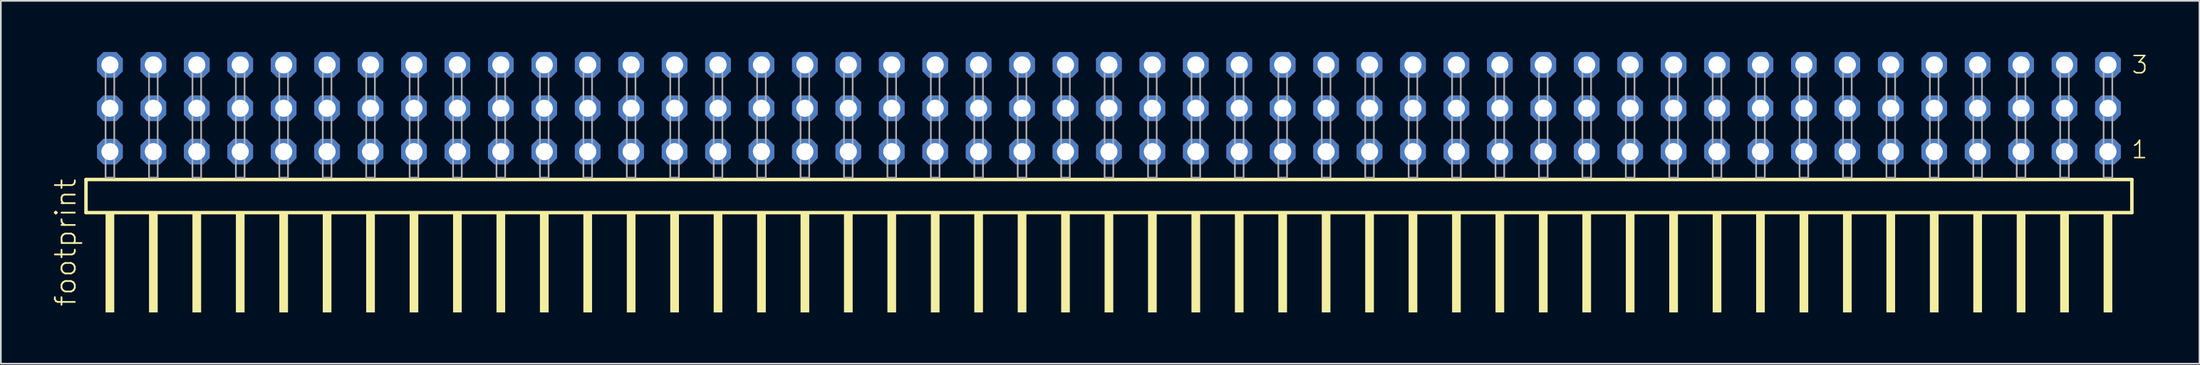
<source format=kicad_pcb>
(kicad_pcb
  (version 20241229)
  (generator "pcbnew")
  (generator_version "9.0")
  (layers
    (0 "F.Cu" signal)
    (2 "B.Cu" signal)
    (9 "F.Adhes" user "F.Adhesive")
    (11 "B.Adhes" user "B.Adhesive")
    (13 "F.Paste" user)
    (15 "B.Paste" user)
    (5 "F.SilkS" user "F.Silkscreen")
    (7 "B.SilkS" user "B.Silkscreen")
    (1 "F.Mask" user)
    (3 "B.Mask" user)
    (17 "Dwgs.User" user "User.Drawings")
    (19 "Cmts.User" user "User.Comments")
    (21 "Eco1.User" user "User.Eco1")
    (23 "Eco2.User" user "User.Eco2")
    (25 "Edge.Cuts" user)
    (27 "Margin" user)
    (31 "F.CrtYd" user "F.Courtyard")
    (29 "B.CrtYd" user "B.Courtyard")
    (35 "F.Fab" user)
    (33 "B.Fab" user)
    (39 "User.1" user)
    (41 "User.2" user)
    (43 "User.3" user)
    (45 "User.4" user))
  (footprint "footprint"
    (layer "F.Cu")
    (at 61.798 7.354)
    (property "Reference" "footprint" (at -60.325 7.62 90) (layer "F.SilkS") (effects (font (size 1.168 1.168) (thickness 0.102)) (justify left bottom)))
    (fp_line (start -59.819 0.106) (end -59.819 2.046) (stroke (width 0.203) (type solid)) (layer "F.SilkS"))
    (fp_line (start -59.819 2.046) (end 59.819 2.046) (stroke (width 0.203) (type solid)) (layer "F.SilkS"))
    (fp_line (start 59.819 0.106) (end -59.819 0.106) (stroke (width 0.203) (type solid)) (layer "F.SilkS"))
    (fp_line (start 59.819 2.046) (end 59.819 0.106) (stroke (width 0.203) (type solid)) (layer "F.SilkS"))
    (fp_poly (pts (xy -58.674 7.89) (xy -58.166 7.89) (xy -58.166 2.04) (xy -58.674 2.04)) (stroke (width 0) (type solid)) (fill yes) (layer "F.SilkS"))
    (fp_poly (pts (xy -56.134 7.89) (xy -55.626 7.89) (xy -55.626 2.04) (xy -56.134 2.04)) (stroke (width 0) (type solid)) (fill yes) (layer "F.SilkS"))
    (fp_poly (pts (xy -53.594 7.89) (xy -53.086 7.89) (xy -53.086 2.04) (xy -53.594 2.04)) (stroke (width 0) (type solid)) (fill yes) (layer "F.SilkS"))
    (fp_poly (pts (xy -51.054 7.89) (xy -50.546 7.89) (xy -50.546 2.04) (xy -51.054 2.04)) (stroke (width 0) (type solid)) (fill yes) (layer "F.SilkS"))
    (fp_poly (pts (xy -48.514 7.89) (xy -48.006 7.89) (xy -48.006 2.04) (xy -48.514 2.04)) (stroke (width 0) (type solid)) (fill yes) (layer "F.SilkS"))
    (fp_poly (pts (xy -45.974 7.89) (xy -45.466 7.89) (xy -45.466 2.04) (xy -45.974 2.04)) (stroke (width 0) (type solid)) (fill yes) (layer "F.SilkS"))
    (fp_poly (pts (xy -43.434 7.89) (xy -42.926 7.89) (xy -42.926 2.04) (xy -43.434 2.04)) (stroke (width 0) (type solid)) (fill yes) (layer "F.SilkS"))
    (fp_poly (pts (xy -40.894 7.89) (xy -40.386 7.89) (xy -40.386 2.04) (xy -40.894 2.04)) (stroke (width 0) (type solid)) (fill yes) (layer "F.SilkS"))
    (fp_poly (pts (xy -38.354 7.89) (xy -37.846 7.89) (xy -37.846 2.04) (xy -38.354 2.04)) (stroke (width 0) (type solid)) (fill yes) (layer "F.SilkS"))
    (fp_poly (pts (xy -35.814 7.89) (xy -35.306 7.89) (xy -35.306 2.04) (xy -35.814 2.04)) (stroke (width 0) (type solid)) (fill yes) (layer "F.SilkS"))
    (fp_poly (pts (xy -33.274 7.89) (xy -32.766 7.89) (xy -32.766 2.04) (xy -33.274 2.04)) (stroke (width 0) (type solid)) (fill yes) (layer "F.SilkS"))
    (fp_poly (pts (xy -30.734 7.89) (xy -30.226 7.89) (xy -30.226 2.04) (xy -30.734 2.04)) (stroke (width 0) (type solid)) (fill yes) (layer "F.SilkS"))
    (fp_poly (pts (xy -28.194 7.89) (xy -27.686 7.89) (xy -27.686 2.04) (xy -28.194 2.04)) (stroke (width 0) (type solid)) (fill yes) (layer "F.SilkS"))
    (fp_poly (pts (xy -25.654 7.89) (xy -25.146 7.89) (xy -25.146 2.04) (xy -25.654 2.04)) (stroke (width 0) (type solid)) (fill yes) (layer "F.SilkS"))
    (fp_poly (pts (xy -23.114 7.89) (xy -22.606 7.89) (xy -22.606 2.04) (xy -23.114 2.04)) (stroke (width 0) (type solid)) (fill yes) (layer "F.SilkS"))
    (fp_poly (pts (xy -20.574 7.89) (xy -20.066 7.89) (xy -20.066 2.04) (xy -20.574 2.04)) (stroke (width 0) (type solid)) (fill yes) (layer "F.SilkS"))
    (fp_poly (pts (xy -18.034 7.89) (xy -17.526 7.89) (xy -17.526 2.04) (xy -18.034 2.04)) (stroke (width 0) (type solid)) (fill yes) (layer "F.SilkS"))
    (fp_poly (pts (xy -15.494 7.89) (xy -14.986 7.89) (xy -14.986 2.04) (xy -15.494 2.04)) (stroke (width 0) (type solid)) (fill yes) (layer "F.SilkS"))
    (fp_poly (pts (xy -12.954 7.89) (xy -12.446 7.89) (xy -12.446 2.04) (xy -12.954 2.04)) (stroke (width 0) (type solid)) (fill yes) (layer "F.SilkS"))
    (fp_poly (pts (xy -10.414 7.89) (xy -9.906 7.89) (xy -9.906 2.04) (xy -10.414 2.04)) (stroke (width 0) (type solid)) (fill yes) (layer "F.SilkS"))
    (fp_poly (pts (xy -7.874 7.89) (xy -7.366 7.89) (xy -7.366 2.04) (xy -7.874 2.04)) (stroke (width 0) (type solid)) (fill yes) (layer "F.SilkS"))
    (fp_poly (pts (xy -5.334 7.89) (xy -4.826 7.89) (xy -4.826 2.04) (xy -5.334 2.04)) (stroke (width 0) (type solid)) (fill yes) (layer "F.SilkS"))
    (fp_poly (pts (xy -2.794 7.89) (xy -2.286 7.89) (xy -2.286 2.04) (xy -2.794 2.04)) (stroke (width 0) (type solid)) (fill yes) (layer "F.SilkS"))
    (fp_poly (pts (xy -0.254 7.89) (xy 0.254 7.89) (xy 0.254 2.04) (xy -0.254 2.04)) (stroke (width 0) (type solid)) (fill yes) (layer "F.SilkS"))
    (fp_poly (pts (xy 2.286 7.89) (xy 2.794 7.89) (xy 2.794 2.04) (xy 2.286 2.04)) (stroke (width 0) (type solid)) (fill yes) (layer "F.SilkS"))
    (fp_poly (pts (xy 4.826 7.89) (xy 5.334 7.89) (xy 5.334 2.04) (xy 4.826 2.04)) (stroke (width 0) (type solid)) (fill yes) (layer "F.SilkS"))
    (fp_poly (pts (xy 7.366 7.89) (xy 7.874 7.89) (xy 7.874 2.04) (xy 7.366 2.04)) (stroke (width 0) (type solid)) (fill yes) (layer "F.SilkS"))
    (fp_poly (pts (xy 9.906 7.89) (xy 10.414 7.89) (xy 10.414 2.04) (xy 9.906 2.04)) (stroke (width 0) (type solid)) (fill yes) (layer "F.SilkS"))
    (fp_poly (pts (xy 12.446 7.89) (xy 12.954 7.89) (xy 12.954 2.04) (xy 12.446 2.04)) (stroke (width 0) (type solid)) (fill yes) (layer "F.SilkS"))
    (fp_poly (pts (xy 14.986 7.89) (xy 15.494 7.89) (xy 15.494 2.04) (xy 14.986 2.04)) (stroke (width 0) (type solid)) (fill yes) (layer "F.SilkS"))
    (fp_poly (pts (xy 17.526 7.89) (xy 18.034 7.89) (xy 18.034 2.04) (xy 17.526 2.04)) (stroke (width 0) (type solid)) (fill yes) (layer "F.SilkS"))
    (fp_poly (pts (xy 20.066 7.89) (xy 20.574 7.89) (xy 20.574 2.04) (xy 20.066 2.04)) (stroke (width 0) (type solid)) (fill yes) (layer "F.SilkS"))
    (fp_poly (pts (xy 22.606 7.89) (xy 23.114 7.89) (xy 23.114 2.04) (xy 22.606 2.04)) (stroke (width 0) (type solid)) (fill yes) (layer "F.SilkS"))
    (fp_poly (pts (xy 25.146 7.89) (xy 25.654 7.89) (xy 25.654 2.04) (xy 25.146 2.04)) (stroke (width 0) (type solid)) (fill yes) (layer "F.SilkS"))
    (fp_poly (pts (xy 27.686 7.89) (xy 28.194 7.89) (xy 28.194 2.04) (xy 27.686 2.04)) (stroke (width 0) (type solid)) (fill yes) (layer "F.SilkS"))
    (fp_poly (pts (xy 30.226 7.89) (xy 30.734 7.89) (xy 30.734 2.04) (xy 30.226 2.04)) (stroke (width 0) (type solid)) (fill yes) (layer "F.SilkS"))
    (fp_poly (pts (xy 32.766 7.89) (xy 33.274 7.89) (xy 33.274 2.04) (xy 32.766 2.04)) (stroke (width 0) (type solid)) (fill yes) (layer "F.SilkS"))
    (fp_poly (pts (xy 35.306 7.89) (xy 35.814 7.89) (xy 35.814 2.04) (xy 35.306 2.04)) (stroke (width 0) (type solid)) (fill yes) (layer "F.SilkS"))
    (fp_poly (pts (xy 37.846 7.89) (xy 38.354 7.89) (xy 38.354 2.04) (xy 37.846 2.04)) (stroke (width 0) (type solid)) (fill yes) (layer "F.SilkS"))
    (fp_poly (pts (xy 40.386 7.89) (xy 40.894 7.89) (xy 40.894 2.04) (xy 40.386 2.04)) (stroke (width 0) (type solid)) (fill yes) (layer "F.SilkS"))
    (fp_poly (pts (xy 42.926 7.89) (xy 43.434 7.89) (xy 43.434 2.04) (xy 42.926 2.04)) (stroke (width 0) (type solid)) (fill yes) (layer "F.SilkS"))
    (fp_poly (pts (xy 45.466 7.89) (xy 45.974 7.89) (xy 45.974 2.04) (xy 45.466 2.04)) (stroke (width 0) (type solid)) (fill yes) (layer "F.SilkS"))
    (fp_poly (pts (xy 48.006 7.89) (xy 48.514 7.89) (xy 48.514 2.04) (xy 48.006 2.04)) (stroke (width 0) (type solid)) (fill yes) (layer "F.SilkS"))
    (fp_poly (pts (xy 50.546 7.89) (xy 51.054 7.89) (xy 51.054 2.04) (xy 50.546 2.04)) (stroke (width 0) (type solid)) (fill yes) (layer "F.SilkS"))
    (fp_poly (pts (xy 53.086 7.89) (xy 53.594 7.89) (xy 53.594 2.04) (xy 53.086 2.04)) (stroke (width 0) (type solid)) (fill yes) (layer "F.SilkS"))
    (fp_poly (pts (xy 55.626 7.89) (xy 56.134 7.89) (xy 56.134 2.04) (xy 55.626 2.04)) (stroke (width 0) (type solid)) (fill yes) (layer "F.SilkS"))
    (fp_poly (pts (xy 58.166 7.89) (xy 58.674 7.89) (xy 58.674 2.04) (xy 58.166 2.04)) (stroke (width 0) (type solid)) (fill yes) (layer "F.SilkS"))
    (fp_poly (pts (xy -58.674 0) (xy -58.166 0) (xy -58.166 -6.858) (xy -58.674 -6.858)) (stroke (width 0.1) (type solid)) (fill no) (layer "F.Fab"))
    (fp_poly (pts (xy -56.134 0) (xy -55.626 0) (xy -55.626 -6.858) (xy -56.134 -6.858)) (stroke (width 0.1) (type solid)) (fill no) (layer "F.Fab"))
    (fp_poly (pts (xy -53.594 0) (xy -53.086 0) (xy -53.086 -6.858) (xy -53.594 -6.858)) (stroke (width 0.1) (type solid)) (fill no) (layer "F.Fab"))
    (fp_poly (pts (xy -51.054 0) (xy -50.546 0) (xy -50.546 -6.858) (xy -51.054 -6.858)) (stroke (width 0.1) (type solid)) (fill no) (layer "F.Fab"))
    (fp_poly (pts (xy -48.514 0) (xy -48.006 0) (xy -48.006 -6.858) (xy -48.514 -6.858)) (stroke (width 0.1) (type solid)) (fill no) (layer "F.Fab"))
    (fp_poly (pts (xy -45.974 0) (xy -45.466 0) (xy -45.466 -6.858) (xy -45.974 -6.858)) (stroke (width 0.1) (type solid)) (fill no) (layer "F.Fab"))
    (fp_poly (pts (xy -43.434 0) (xy -42.926 0) (xy -42.926 -6.858) (xy -43.434 -6.858)) (stroke (width 0.1) (type solid)) (fill no) (layer "F.Fab"))
    (fp_poly (pts (xy -40.894 0) (xy -40.386 0) (xy -40.386 -6.858) (xy -40.894 -6.858)) (stroke (width 0.1) (type solid)) (fill no) (layer "F.Fab"))
    (fp_poly (pts (xy -38.354 0) (xy -37.846 0) (xy -37.846 -6.858) (xy -38.354 -6.858)) (stroke (width 0.1) (type solid)) (fill no) (layer "F.Fab"))
    (fp_poly (pts (xy -35.814 0) (xy -35.306 0) (xy -35.306 -6.858) (xy -35.814 -6.858)) (stroke (width 0.1) (type solid)) (fill no) (layer "F.Fab"))
    (fp_poly (pts (xy -33.274 0) (xy -32.766 0) (xy -32.766 -6.858) (xy -33.274 -6.858)) (stroke (width 0.1) (type solid)) (fill no) (layer "F.Fab"))
    (fp_poly (pts (xy -30.734 0) (xy -30.226 0) (xy -30.226 -6.858) (xy -30.734 -6.858)) (stroke (width 0.1) (type solid)) (fill no) (layer "F.Fab"))
    (fp_poly (pts (xy -28.194 0) (xy -27.686 0) (xy -27.686 -6.858) (xy -28.194 -6.858)) (stroke (width 0.1) (type solid)) (fill no) (layer "F.Fab"))
    (fp_poly (pts (xy -25.654 0) (xy -25.146 0) (xy -25.146 -6.858) (xy -25.654 -6.858)) (stroke (width 0.1) (type solid)) (fill no) (layer "F.Fab"))
    (fp_poly (pts (xy -23.114 0) (xy -22.606 0) (xy -22.606 -6.858) (xy -23.114 -6.858)) (stroke (width 0.1) (type solid)) (fill no) (layer "F.Fab"))
    (fp_poly (pts (xy -20.574 0) (xy -20.066 0) (xy -20.066 -6.858) (xy -20.574 -6.858)) (stroke (width 0.1) (type solid)) (fill no) (layer "F.Fab"))
    (fp_poly (pts (xy -18.034 0) (xy -17.526 0) (xy -17.526 -6.858) (xy -18.034 -6.858)) (stroke (width 0.1) (type solid)) (fill no) (layer "F.Fab"))
    (fp_poly (pts (xy -15.494 0) (xy -14.986 0) (xy -14.986 -6.858) (xy -15.494 -6.858)) (stroke (width 0.1) (type solid)) (fill no) (layer "F.Fab"))
    (fp_poly (pts (xy -12.954 0) (xy -12.446 0) (xy -12.446 -6.858) (xy -12.954 -6.858)) (stroke (width 0.1) (type solid)) (fill no) (layer "F.Fab"))
    (fp_poly (pts (xy -10.414 0) (xy -9.906 0) (xy -9.906 -6.858) (xy -10.414 -6.858)) (stroke (width 0.1) (type solid)) (fill no) (layer "F.Fab"))
    (fp_poly (pts (xy -7.874 0) (xy -7.366 0) (xy -7.366 -6.858) (xy -7.874 -6.858)) (stroke (width 0.1) (type solid)) (fill no) (layer "F.Fab"))
    (fp_poly (pts (xy -5.334 0) (xy -4.826 0) (xy -4.826 -6.858) (xy -5.334 -6.858)) (stroke (width 0.1) (type solid)) (fill no) (layer "F.Fab"))
    (fp_poly (pts (xy -2.794 0) (xy -2.286 0) (xy -2.286 -6.858) (xy -2.794 -6.858)) (stroke (width 0.1) (type solid)) (fill no) (layer "F.Fab"))
    (fp_poly (pts (xy -0.254 0) (xy 0.254 0) (xy 0.254 -6.858) (xy -0.254 -6.858)) (stroke (width 0.1) (type solid)) (fill no) (layer "F.Fab"))
    (fp_poly (pts (xy 2.286 0) (xy 2.794 0) (xy 2.794 -6.858) (xy 2.286 -6.858)) (stroke (width 0.1) (type solid)) (fill no) (layer "F.Fab"))
    (fp_poly (pts (xy 4.826 0) (xy 5.334 0) (xy 5.334 -6.858) (xy 4.826 -6.858)) (stroke (width 0.1) (type solid)) (fill no) (layer "F.Fab"))
    (fp_poly (pts (xy 7.366 0) (xy 7.874 0) (xy 7.874 -6.858) (xy 7.366 -6.858)) (stroke (width 0.1) (type solid)) (fill no) (layer "F.Fab"))
    (fp_poly (pts (xy 9.906 0) (xy 10.414 0) (xy 10.414 -6.858) (xy 9.906 -6.858)) (stroke (width 0.1) (type solid)) (fill no) (layer "F.Fab"))
    (fp_poly (pts (xy 12.446 0) (xy 12.954 0) (xy 12.954 -6.858) (xy 12.446 -6.858)) (stroke (width 0.1) (type solid)) (fill no) (layer "F.Fab"))
    (fp_poly (pts (xy 14.986 0) (xy 15.494 0) (xy 15.494 -6.858) (xy 14.986 -6.858)) (stroke (width 0.1) (type solid)) (fill no) (layer "F.Fab"))
    (fp_poly (pts (xy 17.526 0) (xy 18.034 0) (xy 18.034 -6.858) (xy 17.526 -6.858)) (stroke (width 0.1) (type solid)) (fill no) (layer "F.Fab"))
    (fp_poly (pts (xy 20.066 0) (xy 20.574 0) (xy 20.574 -6.858) (xy 20.066 -6.858)) (stroke (width 0.1) (type solid)) (fill no) (layer "F.Fab"))
    (fp_poly (pts (xy 22.606 0) (xy 23.114 0) (xy 23.114 -6.858) (xy 22.606 -6.858)) (stroke (width 0.1) (type solid)) (fill no) (layer "F.Fab"))
    (fp_poly (pts (xy 25.146 0) (xy 25.654 0) (xy 25.654 -6.858) (xy 25.146 -6.858)) (stroke (width 0.1) (type solid)) (fill no) (layer "F.Fab"))
    (fp_poly (pts (xy 27.686 0) (xy 28.194 0) (xy 28.194 -6.858) (xy 27.686 -6.858)) (stroke (width 0.1) (type solid)) (fill no) (layer "F.Fab"))
    (fp_poly (pts (xy 30.226 0) (xy 30.734 0) (xy 30.734 -6.858) (xy 30.226 -6.858)) (stroke (width 0.1) (type solid)) (fill no) (layer "F.Fab"))
    (fp_poly (pts (xy 32.766 0) (xy 33.274 0) (xy 33.274 -6.858) (xy 32.766 -6.858)) (stroke (width 0.1) (type solid)) (fill no) (layer "F.Fab"))
    (fp_poly (pts (xy 35.306 0) (xy 35.814 0) (xy 35.814 -6.858) (xy 35.306 -6.858)) (stroke (width 0.1) (type solid)) (fill no) (layer "F.Fab"))
    (fp_poly (pts (xy 37.846 0) (xy 38.354 0) (xy 38.354 -6.858) (xy 37.846 -6.858)) (stroke (width 0.1) (type solid)) (fill no) (layer "F.Fab"))
    (fp_poly (pts (xy 40.386 0) (xy 40.894 0) (xy 40.894 -6.858) (xy 40.386 -6.858)) (stroke (width 0.1) (type solid)) (fill no) (layer "F.Fab"))
    (fp_poly (pts (xy 42.926 0) (xy 43.434 0) (xy 43.434 -6.858) (xy 42.926 -6.858)) (stroke (width 0.1) (type solid)) (fill no) (layer "F.Fab"))
    (fp_poly (pts (xy 45.466 0) (xy 45.974 0) (xy 45.974 -6.858) (xy 45.466 -6.858)) (stroke (width 0.1) (type solid)) (fill no) (layer "F.Fab"))
    (fp_poly (pts (xy 48.006 0) (xy 48.514 0) (xy 48.514 -6.858) (xy 48.006 -6.858)) (stroke (width 0.1) (type solid)) (fill no) (layer "F.Fab"))
    (fp_poly (pts (xy 50.546 0) (xy 51.054 0) (xy 51.054 -6.858) (xy 50.546 -6.858)) (stroke (width 0.1) (type solid)) (fill no) (layer "F.Fab"))
    (fp_poly (pts (xy 53.086 0) (xy 53.594 0) (xy 53.594 -6.858) (xy 53.086 -6.858)) (stroke (width 0.1) (type solid)) (fill no) (layer "F.Fab"))
    (fp_poly (pts (xy 55.626 0) (xy 56.134 0) (xy 56.134 -6.858) (xy 55.626 -6.858)) (stroke (width 0.1) (type solid)) (fill no) (layer "F.Fab"))
    (fp_poly (pts (xy 58.166 0) (xy 58.674 0) (xy 58.674 -6.858) (xy 58.166 -6.858)) (stroke (width 0.1) (type solid)) (fill no) (layer "F.Fab"))
    (fp_text user "1" (at 59.73 -1.05 0) (layer "F.SilkS") (effects (font (size 1.012 1.012) (thickness 0.088)) (justify left bottom)))
    (fp_text user "3" (at 59.745 -6.015 0) (layer "F.SilkS") (effects (font (size 1.012 1.012) (thickness 0.088)) (justify left bottom)))
    (pad "1" thru_hole roundrect (at 58.42 -1.524 180) (size 1.5 1.5) (drill 1) (layers "*.Cu" "*.Mask") (roundrect_rratio 0.25) (chamfer_ratio 0.25) (chamfer top_left top_right bottom_left bottom_right))
    (pad "2" thru_hole roundrect (at 58.42 -4.064 180) (size 1.5 1.5) (drill 1) (layers "*.Cu" "*.Mask") (roundrect_rratio 0.25) (chamfer_ratio 0.25) (chamfer top_left top_right bottom_left bottom_right))
    (pad "3" thru_hole roundrect (at 58.42 -6.604 180) (size 1.5 1.5) (drill 1) (layers "*.Cu" "*.Mask") (roundrect_rratio 0.25) (chamfer_ratio 0.25) (chamfer top_left top_right bottom_left bottom_right))
    (pad "4" thru_hole roundrect (at 55.88 -1.524 180) (size 1.5 1.5) (drill 1) (layers "*.Cu" "*.Mask") (roundrect_rratio 0.25) (chamfer_ratio 0.25) (chamfer top_left top_right bottom_left bottom_right))
    (pad "5" thru_hole roundrect (at 55.88 -4.064 180) (size 1.5 1.5) (drill 1) (layers "*.Cu" "*.Mask") (roundrect_rratio 0.25) (chamfer_ratio 0.25) (chamfer top_left top_right bottom_left bottom_right))
    (pad "6" thru_hole roundrect (at 55.88 -6.604 180) (size 1.5 1.5) (drill 1) (layers "*.Cu" "*.Mask") (roundrect_rratio 0.25) (chamfer_ratio 0.25) (chamfer top_left top_right bottom_left bottom_right))
    (pad "7" thru_hole roundrect (at 53.34 -1.524 180) (size 1.5 1.5) (drill 1) (layers "*.Cu" "*.Mask") (roundrect_rratio 0.25) (chamfer_ratio 0.25) (chamfer top_left top_right bottom_left bottom_right))
    (pad "8" thru_hole roundrect (at 53.34 -4.064 180) (size 1.5 1.5) (drill 1) (layers "*.Cu" "*.Mask") (roundrect_rratio 0.25) (chamfer_ratio 0.25) (chamfer top_left top_right bottom_left bottom_right))
    (pad "9" thru_hole roundrect (at 53.34 -6.604 180) (size 1.5 1.5) (drill 1) (layers "*.Cu" "*.Mask") (roundrect_rratio 0.25) (chamfer_ratio 0.25) (chamfer top_left top_right bottom_left bottom_right))
    (pad "10" thru_hole roundrect (at 50.8 -1.524 180) (size 1.5 1.5) (drill 1) (layers "*.Cu" "*.Mask") (roundrect_rratio 0.25) (chamfer_ratio 0.25) (chamfer top_left top_right bottom_left bottom_right))
    (pad "11" thru_hole roundrect (at 50.8 -4.064 180) (size 1.5 1.5) (drill 1) (layers "*.Cu" "*.Mask") (roundrect_rratio 0.25) (chamfer_ratio 0.25) (chamfer top_left top_right bottom_left bottom_right))
    (pad "12" thru_hole roundrect (at 50.8 -6.604 180) (size 1.5 1.5) (drill 1) (layers "*.Cu" "*.Mask") (roundrect_rratio 0.25) (chamfer_ratio 0.25) (chamfer top_left top_right bottom_left bottom_right))
    (pad "13" thru_hole roundrect (at 48.26 -1.524 180) (size 1.5 1.5) (drill 1) (layers "*.Cu" "*.Mask") (roundrect_rratio 0.25) (chamfer_ratio 0.25) (chamfer top_left top_right bottom_left bottom_right))
    (pad "14" thru_hole roundrect (at 48.26 -4.064 180) (size 1.5 1.5) (drill 1) (layers "*.Cu" "*.Mask") (roundrect_rratio 0.25) (chamfer_ratio 0.25) (chamfer top_left top_right bottom_left bottom_right))
    (pad "15" thru_hole roundrect (at 48.26 -6.604 180) (size 1.5 1.5) (drill 1) (layers "*.Cu" "*.Mask") (roundrect_rratio 0.25) (chamfer_ratio 0.25) (chamfer top_left top_right bottom_left bottom_right))
    (pad "16" thru_hole roundrect (at 45.72 -1.524 180) (size 1.5 1.5) (drill 1) (layers "*.Cu" "*.Mask") (roundrect_rratio 0.25) (chamfer_ratio 0.25) (chamfer top_left top_right bottom_left bottom_right))
    (pad "17" thru_hole roundrect (at 45.72 -4.064 180) (size 1.5 1.5) (drill 1) (layers "*.Cu" "*.Mask") (roundrect_rratio 0.25) (chamfer_ratio 0.25) (chamfer top_left top_right bottom_left bottom_right))
    (pad "18" thru_hole roundrect (at 45.72 -6.604 180) (size 1.5 1.5) (drill 1) (layers "*.Cu" "*.Mask") (roundrect_rratio 0.25) (chamfer_ratio 0.25) (chamfer top_left top_right bottom_left bottom_right))
    (pad "19" thru_hole roundrect (at 43.18 -1.524 180) (size 1.5 1.5) (drill 1) (layers "*.Cu" "*.Mask") (roundrect_rratio 0.25) (chamfer_ratio 0.25) (chamfer top_left top_right bottom_left bottom_right))
    (pad "20" thru_hole roundrect (at 43.18 -4.064 180) (size 1.5 1.5) (drill 1) (layers "*.Cu" "*.Mask") (roundrect_rratio 0.25) (chamfer_ratio 0.25) (chamfer top_left top_right bottom_left bottom_right))
    (pad "21" thru_hole roundrect (at 43.18 -6.604 180) (size 1.5 1.5) (drill 1) (layers "*.Cu" "*.Mask") (roundrect_rratio 0.25) (chamfer_ratio 0.25) (chamfer top_left top_right bottom_left bottom_right))
    (pad "22" thru_hole roundrect (at 40.64 -1.524 180) (size 1.5 1.5) (drill 1) (layers "*.Cu" "*.Mask") (roundrect_rratio 0.25) (chamfer_ratio 0.25) (chamfer top_left top_right bottom_left bottom_right))
    (pad "23" thru_hole roundrect (at 40.64 -4.064 180) (size 1.5 1.5) (drill 1) (layers "*.Cu" "*.Mask") (roundrect_rratio 0.25) (chamfer_ratio 0.25) (chamfer top_left top_right bottom_left bottom_right))
    (pad "24" thru_hole roundrect (at 40.64 -6.604 180) (size 1.5 1.5) (drill 1) (layers "*.Cu" "*.Mask") (roundrect_rratio 0.25) (chamfer_ratio 0.25) (chamfer top_left top_right bottom_left bottom_right))
    (pad "25" thru_hole roundrect (at 38.1 -1.524 180) (size 1.5 1.5) (drill 1) (layers "*.Cu" "*.Mask") (roundrect_rratio 0.25) (chamfer_ratio 0.25) (chamfer top_left top_right bottom_left bottom_right))
    (pad "26" thru_hole roundrect (at 38.1 -4.064 180) (size 1.5 1.5) (drill 1) (layers "*.Cu" "*.Mask") (roundrect_rratio 0.25) (chamfer_ratio 0.25) (chamfer top_left top_right bottom_left bottom_right))
    (pad "27" thru_hole roundrect (at 38.1 -6.604 180) (size 1.5 1.5) (drill 1) (layers "*.Cu" "*.Mask") (roundrect_rratio 0.25) (chamfer_ratio 0.25) (chamfer top_left top_right bottom_left bottom_right))
    (pad "28" thru_hole roundrect (at 35.56 -1.524 180) (size 1.5 1.5) (drill 1) (layers "*.Cu" "*.Mask") (roundrect_rratio 0.25) (chamfer_ratio 0.25) (chamfer top_left top_right bottom_left bottom_right))
    (pad "29" thru_hole roundrect (at 35.56 -4.064 180) (size 1.5 1.5) (drill 1) (layers "*.Cu" "*.Mask") (roundrect_rratio 0.25) (chamfer_ratio 0.25) (chamfer top_left top_right bottom_left bottom_right))
    (pad "30" thru_hole roundrect (at 35.56 -6.604 180) (size 1.5 1.5) (drill 1) (layers "*.Cu" "*.Mask") (roundrect_rratio 0.25) (chamfer_ratio 0.25) (chamfer top_left top_right bottom_left bottom_right))
    (pad "31" thru_hole roundrect (at 33.02 -1.524 180) (size 1.5 1.5) (drill 1) (layers "*.Cu" "*.Mask") (roundrect_rratio 0.25) (chamfer_ratio 0.25) (chamfer top_left top_right bottom_left bottom_right))
    (pad "32" thru_hole roundrect (at 33.02 -4.064 180) (size 1.5 1.5) (drill 1) (layers "*.Cu" "*.Mask") (roundrect_rratio 0.25) (chamfer_ratio 0.25) (chamfer top_left top_right bottom_left bottom_right))
    (pad "33" thru_hole roundrect (at 33.02 -6.604 180) (size 1.5 1.5) (drill 1) (layers "*.Cu" "*.Mask") (roundrect_rratio 0.25) (chamfer_ratio 0.25) (chamfer top_left top_right bottom_left bottom_right))
    (pad "34" thru_hole roundrect (at 30.48 -1.524 180) (size 1.5 1.5) (drill 1) (layers "*.Cu" "*.Mask") (roundrect_rratio 0.25) (chamfer_ratio 0.25) (chamfer top_left top_right bottom_left bottom_right))
    (pad "35" thru_hole roundrect (at 30.48 -4.064 180) (size 1.5 1.5) (drill 1) (layers "*.Cu" "*.Mask") (roundrect_rratio 0.25) (chamfer_ratio 0.25) (chamfer top_left top_right bottom_left bottom_right))
    (pad "36" thru_hole roundrect (at 30.48 -6.604 180) (size 1.5 1.5) (drill 1) (layers "*.Cu" "*.Mask") (roundrect_rratio 0.25) (chamfer_ratio 0.25) (chamfer top_left top_right bottom_left bottom_right))
    (pad "37" thru_hole roundrect (at 27.94 -1.524 180) (size 1.5 1.5) (drill 1) (layers "*.Cu" "*.Mask") (roundrect_rratio 0.25) (chamfer_ratio 0.25) (chamfer top_left top_right bottom_left bottom_right))
    (pad "38" thru_hole roundrect (at 27.94 -4.064 180) (size 1.5 1.5) (drill 1) (layers "*.Cu" "*.Mask") (roundrect_rratio 0.25) (chamfer_ratio 0.25) (chamfer top_left top_right bottom_left bottom_right))
    (pad "39" thru_hole roundrect (at 27.94 -6.604 180) (size 1.5 1.5) (drill 1) (layers "*.Cu" "*.Mask") (roundrect_rratio 0.25) (chamfer_ratio 0.25) (chamfer top_left top_right bottom_left bottom_right))
    (pad "40" thru_hole roundrect (at 25.4 -1.524 180) (size 1.5 1.5) (drill 1) (layers "*.Cu" "*.Mask") (roundrect_rratio 0.25) (chamfer_ratio 0.25) (chamfer top_left top_right bottom_left bottom_right))
    (pad "41" thru_hole roundrect (at 25.4 -4.064 180) (size 1.5 1.5) (drill 1) (layers "*.Cu" "*.Mask") (roundrect_rratio 0.25) (chamfer_ratio 0.25) (chamfer top_left top_right bottom_left bottom_right))
    (pad "42" thru_hole roundrect (at 25.4 -6.604 180) (size 1.5 1.5) (drill 1) (layers "*.Cu" "*.Mask") (roundrect_rratio 0.25) (chamfer_ratio 0.25) (chamfer top_left top_right bottom_left bottom_right))
    (pad "43" thru_hole roundrect (at 22.86 -1.524 180) (size 1.5 1.5) (drill 1) (layers "*.Cu" "*.Mask") (roundrect_rratio 0.25) (chamfer_ratio 0.25) (chamfer top_left top_right bottom_left bottom_right))
    (pad "44" thru_hole roundrect (at 22.86 -4.064 180) (size 1.5 1.5) (drill 1) (layers "*.Cu" "*.Mask") (roundrect_rratio 0.25) (chamfer_ratio 0.25) (chamfer top_left top_right bottom_left bottom_right))
    (pad "45" thru_hole roundrect (at 22.86 -6.604 180) (size 1.5 1.5) (drill 1) (layers "*.Cu" "*.Mask") (roundrect_rratio 0.25) (chamfer_ratio 0.25) (chamfer top_left top_right bottom_left bottom_right))
    (pad "46" thru_hole roundrect (at 20.32 -1.524 180) (size 1.5 1.5) (drill 1) (layers "*.Cu" "*.Mask") (roundrect_rratio 0.25) (chamfer_ratio 0.25) (chamfer top_left top_right bottom_left bottom_right))
    (pad "47" thru_hole roundrect (at 20.32 -4.064 180) (size 1.5 1.5) (drill 1) (layers "*.Cu" "*.Mask") (roundrect_rratio 0.25) (chamfer_ratio 0.25) (chamfer top_left top_right bottom_left bottom_right))
    (pad "48" thru_hole roundrect (at 20.32 -6.604 180) (size 1.5 1.5) (drill 1) (layers "*.Cu" "*.Mask") (roundrect_rratio 0.25) (chamfer_ratio 0.25) (chamfer top_left top_right bottom_left bottom_right))
    (pad "49" thru_hole roundrect (at 17.78 -1.524 180) (size 1.5 1.5) (drill 1) (layers "*.Cu" "*.Mask") (roundrect_rratio 0.25) (chamfer_ratio 0.25) (chamfer top_left top_right bottom_left bottom_right))
    (pad "50" thru_hole roundrect (at 17.78 -4.064 180) (size 1.5 1.5) (drill 1) (layers "*.Cu" "*.Mask") (roundrect_rratio 0.25) (chamfer_ratio 0.25) (chamfer top_left top_right bottom_left bottom_right))
    (pad "51" thru_hole roundrect (at 17.78 -6.604 180) (size 1.5 1.5) (drill 1) (layers "*.Cu" "*.Mask") (roundrect_rratio 0.25) (chamfer_ratio 0.25) (chamfer top_left top_right bottom_left bottom_right))
    (pad "52" thru_hole roundrect (at 15.24 -1.524 180) (size 1.5 1.5) (drill 1) (layers "*.Cu" "*.Mask") (roundrect_rratio 0.25) (chamfer_ratio 0.25) (chamfer top_left top_right bottom_left bottom_right))
    (pad "53" thru_hole roundrect (at 15.24 -4.064 180) (size 1.5 1.5) (drill 1) (layers "*.Cu" "*.Mask") (roundrect_rratio 0.25) (chamfer_ratio 0.25) (chamfer top_left top_right bottom_left bottom_right))
    (pad "54" thru_hole roundrect (at 15.24 -6.604 180) (size 1.5 1.5) (drill 1) (layers "*.Cu" "*.Mask") (roundrect_rratio 0.25) (chamfer_ratio 0.25) (chamfer top_left top_right bottom_left bottom_right))
    (pad "55" thru_hole roundrect (at 12.7 -1.524 180) (size 1.5 1.5) (drill 1) (layers "*.Cu" "*.Mask") (roundrect_rratio 0.25) (chamfer_ratio 0.25) (chamfer top_left top_right bottom_left bottom_right))
    (pad "56" thru_hole roundrect (at 12.7 -4.064 180) (size 1.5 1.5) (drill 1) (layers "*.Cu" "*.Mask") (roundrect_rratio 0.25) (chamfer_ratio 0.25) (chamfer top_left top_right bottom_left bottom_right))
    (pad "57" thru_hole roundrect (at 12.7 -6.604 180) (size 1.5 1.5) (drill 1) (layers "*.Cu" "*.Mask") (roundrect_rratio 0.25) (chamfer_ratio 0.25) (chamfer top_left top_right bottom_left bottom_right))
    (pad "58" thru_hole roundrect (at 10.16 -1.524 180) (size 1.5 1.5) (drill 1) (layers "*.Cu" "*.Mask") (roundrect_rratio 0.25) (chamfer_ratio 0.25) (chamfer top_left top_right bottom_left bottom_right))
    (pad "59" thru_hole roundrect (at 10.16 -4.064 180) (size 1.5 1.5) (drill 1) (layers "*.Cu" "*.Mask") (roundrect_rratio 0.25) (chamfer_ratio 0.25) (chamfer top_left top_right bottom_left bottom_right))
    (pad "60" thru_hole roundrect (at 10.16 -6.604 180) (size 1.5 1.5) (drill 1) (layers "*.Cu" "*.Mask") (roundrect_rratio 0.25) (chamfer_ratio 0.25) (chamfer top_left top_right bottom_left bottom_right))
    (pad "61" thru_hole roundrect (at 7.62 -1.524 180) (size 1.5 1.5) (drill 1) (layers "*.Cu" "*.Mask") (roundrect_rratio 0.25) (chamfer_ratio 0.25) (chamfer top_left top_right bottom_left bottom_right))
    (pad "62" thru_hole roundrect (at 7.62 -4.064 180) (size 1.5 1.5) (drill 1) (layers "*.Cu" "*.Mask") (roundrect_rratio 0.25) (chamfer_ratio 0.25) (chamfer top_left top_right bottom_left bottom_right))
    (pad "63" thru_hole roundrect (at 7.62 -6.604 180) (size 1.5 1.5) (drill 1) (layers "*.Cu" "*.Mask") (roundrect_rratio 0.25) (chamfer_ratio 0.25) (chamfer top_left top_right bottom_left bottom_right))
    (pad "64" thru_hole roundrect (at 5.08 -1.524 180) (size 1.5 1.5) (drill 1) (layers "*.Cu" "*.Mask") (roundrect_rratio 0.25) (chamfer_ratio 0.25) (chamfer top_left top_right bottom_left bottom_right))
    (pad "65" thru_hole roundrect (at 5.08 -4.064 180) (size 1.5 1.5) (drill 1) (layers "*.Cu" "*.Mask") (roundrect_rratio 0.25) (chamfer_ratio 0.25) (chamfer top_left top_right bottom_left bottom_right))
    (pad "66" thru_hole roundrect (at 5.08 -6.604 180) (size 1.5 1.5) (drill 1) (layers "*.Cu" "*.Mask") (roundrect_rratio 0.25) (chamfer_ratio 0.25) (chamfer top_left top_right bottom_left bottom_right))
    (pad "67" thru_hole roundrect (at 2.54 -1.524 180) (size 1.5 1.5) (drill 1) (layers "*.Cu" "*.Mask") (roundrect_rratio 0.25) (chamfer_ratio 0.25) (chamfer top_left top_right bottom_left bottom_right))
    (pad "68" thru_hole roundrect (at 2.54 -4.064 180) (size 1.5 1.5) (drill 1) (layers "*.Cu" "*.Mask") (roundrect_rratio 0.25) (chamfer_ratio 0.25) (chamfer top_left top_right bottom_left bottom_right))
    (pad "69" thru_hole roundrect (at 2.54 -6.604 180) (size 1.5 1.5) (drill 1) (layers "*.Cu" "*.Mask") (roundrect_rratio 0.25) (chamfer_ratio 0.25) (chamfer top_left top_right bottom_left bottom_right))
    (pad "70" thru_hole roundrect (at 0 -1.524 180) (size 1.5 1.5) (drill 1) (layers "*.Cu" "*.Mask") (roundrect_rratio 0.25) (chamfer_ratio 0.25) (chamfer top_left top_right bottom_left bottom_right))
    (pad "71" thru_hole roundrect (at 0 -4.064 180) (size 1.5 1.5) (drill 1) (layers "*.Cu" "*.Mask") (roundrect_rratio 0.25) (chamfer_ratio 0.25) (chamfer top_left top_right bottom_left bottom_right))
    (pad "72" thru_hole roundrect (at 0 -6.604 180) (size 1.5 1.5) (drill 1) (layers "*.Cu" "*.Mask") (roundrect_rratio 0.25) (chamfer_ratio 0.25) (chamfer top_left top_right bottom_left bottom_right))
    (pad "73" thru_hole roundrect (at -2.54 -1.524 180) (size 1.5 1.5) (drill 1) (layers "*.Cu" "*.Mask") (roundrect_rratio 0.25) (chamfer_ratio 0.25) (chamfer top_left top_right bottom_left bottom_right))
    (pad "74" thru_hole roundrect (at -2.54 -4.064 180) (size 1.5 1.5) (drill 1) (layers "*.Cu" "*.Mask") (roundrect_rratio 0.25) (chamfer_ratio 0.25) (chamfer top_left top_right bottom_left bottom_right))
    (pad "75" thru_hole roundrect (at -2.54 -6.604 180) (size 1.5 1.5) (drill 1) (layers "*.Cu" "*.Mask") (roundrect_rratio 0.25) (chamfer_ratio 0.25) (chamfer top_left top_right bottom_left bottom_right))
    (pad "76" thru_hole roundrect (at -5.08 -1.524 180) (size 1.5 1.5) (drill 1) (layers "*.Cu" "*.Mask") (roundrect_rratio 0.25) (chamfer_ratio 0.25) (chamfer top_left top_right bottom_left bottom_right))
    (pad "77" thru_hole roundrect (at -5.08 -4.064 180) (size 1.5 1.5) (drill 1) (layers "*.Cu" "*.Mask") (roundrect_rratio 0.25) (chamfer_ratio 0.25) (chamfer top_left top_right bottom_left bottom_right))
    (pad "78" thru_hole roundrect (at -5.08 -6.604 180) (size 1.5 1.5) (drill 1) (layers "*.Cu" "*.Mask") (roundrect_rratio 0.25) (chamfer_ratio 0.25) (chamfer top_left top_right bottom_left bottom_right))
    (pad "79" thru_hole roundrect (at -7.62 -1.524 180) (size 1.5 1.5) (drill 1) (layers "*.Cu" "*.Mask") (roundrect_rratio 0.25) (chamfer_ratio 0.25) (chamfer top_left top_right bottom_left bottom_right))
    (pad "80" thru_hole roundrect (at -7.62 -4.064 180) (size 1.5 1.5) (drill 1) (layers "*.Cu" "*.Mask") (roundrect_rratio 0.25) (chamfer_ratio 0.25) (chamfer top_left top_right bottom_left bottom_right))
    (pad "81" thru_hole roundrect (at -7.62 -6.604 180) (size 1.5 1.5) (drill 1) (layers "*.Cu" "*.Mask") (roundrect_rratio 0.25) (chamfer_ratio 0.25) (chamfer top_left top_right bottom_left bottom_right))
    (pad "82" thru_hole roundrect (at -10.16 -1.524 180) (size 1.5 1.5) (drill 1) (layers "*.Cu" "*.Mask") (roundrect_rratio 0.25) (chamfer_ratio 0.25) (chamfer top_left top_right bottom_left bottom_right))
    (pad "83" thru_hole roundrect (at -10.16 -4.064 180) (size 1.5 1.5) (drill 1) (layers "*.Cu" "*.Mask") (roundrect_rratio 0.25) (chamfer_ratio 0.25) (chamfer top_left top_right bottom_left bottom_right))
    (pad "84" thru_hole roundrect (at -10.16 -6.604 180) (size 1.5 1.5) (drill 1) (layers "*.Cu" "*.Mask") (roundrect_rratio 0.25) (chamfer_ratio 0.25) (chamfer top_left top_right bottom_left bottom_right))
    (pad "85" thru_hole roundrect (at -12.7 -1.524 180) (size 1.5 1.5) (drill 1) (layers "*.Cu" "*.Mask") (roundrect_rratio 0.25) (chamfer_ratio 0.25) (chamfer top_left top_right bottom_left bottom_right))
    (pad "86" thru_hole roundrect (at -12.7 -4.064 180) (size 1.5 1.5) (drill 1) (layers "*.Cu" "*.Mask") (roundrect_rratio 0.25) (chamfer_ratio 0.25) (chamfer top_left top_right bottom_left bottom_right))
    (pad "87" thru_hole roundrect (at -12.7 -6.604 180) (size 1.5 1.5) (drill 1) (layers "*.Cu" "*.Mask") (roundrect_rratio 0.25) (chamfer_ratio 0.25) (chamfer top_left top_right bottom_left bottom_right))
    (pad "88" thru_hole roundrect (at -15.24 -1.524 180) (size 1.5 1.5) (drill 1) (layers "*.Cu" "*.Mask") (roundrect_rratio 0.25) (chamfer_ratio 0.25) (chamfer top_left top_right bottom_left bottom_right))
    (pad "89" thru_hole roundrect (at -15.24 -4.064 180) (size 1.5 1.5) (drill 1) (layers "*.Cu" "*.Mask") (roundrect_rratio 0.25) (chamfer_ratio 0.25) (chamfer top_left top_right bottom_left bottom_right))
    (pad "90" thru_hole roundrect (at -15.24 -6.604 180) (size 1.5 1.5) (drill 1) (layers "*.Cu" "*.Mask") (roundrect_rratio 0.25) (chamfer_ratio 0.25) (chamfer top_left top_right bottom_left bottom_right))
    (pad "91" thru_hole roundrect (at -17.78 -1.524 180) (size 1.5 1.5) (drill 1) (layers "*.Cu" "*.Mask") (roundrect_rratio 0.25) (chamfer_ratio 0.25) (chamfer top_left top_right bottom_left bottom_right))
    (pad "92" thru_hole roundrect (at -17.78 -4.064 180) (size 1.5 1.5) (drill 1) (layers "*.Cu" "*.Mask") (roundrect_rratio 0.25) (chamfer_ratio 0.25) (chamfer top_left top_right bottom_left bottom_right))
    (pad "93" thru_hole roundrect (at -17.78 -6.604 180) (size 1.5 1.5) (drill 1) (layers "*.Cu" "*.Mask") (roundrect_rratio 0.25) (chamfer_ratio 0.25) (chamfer top_left top_right bottom_left bottom_right))
    (pad "94" thru_hole roundrect (at -20.32 -1.524 180) (size 1.5 1.5) (drill 1) (layers "*.Cu" "*.Mask") (roundrect_rratio 0.25) (chamfer_ratio 0.25) (chamfer top_left top_right bottom_left bottom_right))
    (pad "95" thru_hole roundrect (at -20.32 -4.064 180) (size 1.5 1.5) (drill 1) (layers "*.Cu" "*.Mask") (roundrect_rratio 0.25) (chamfer_ratio 0.25) (chamfer top_left top_right bottom_left bottom_right))
    (pad "96" thru_hole roundrect (at -20.32 -6.604 180) (size 1.5 1.5) (drill 1) (layers "*.Cu" "*.Mask") (roundrect_rratio 0.25) (chamfer_ratio 0.25) (chamfer top_left top_right bottom_left bottom_right))
    (pad "97" thru_hole roundrect (at -22.86 -1.524 180) (size 1.5 1.5) (drill 1) (layers "*.Cu" "*.Mask") (roundrect_rratio 0.25) (chamfer_ratio 0.25) (chamfer top_left top_right bottom_left bottom_right))
    (pad "98" thru_hole roundrect (at -22.86 -4.064 180) (size 1.5 1.5) (drill 1) (layers "*.Cu" "*.Mask") (roundrect_rratio 0.25) (chamfer_ratio 0.25) (chamfer top_left top_right bottom_left bottom_right))
    (pad "99" thru_hole roundrect (at -22.86 -6.604 180) (size 1.5 1.5) (drill 1) (layers "*.Cu" "*.Mask") (roundrect_rratio 0.25) (chamfer_ratio 0.25) (chamfer top_left top_right bottom_left bottom_right))
    (pad "100" thru_hole roundrect (at -25.4 -1.524 180) (size 1.5 1.5) (drill 1) (layers "*.Cu" "*.Mask") (roundrect_rratio 0.25) (chamfer_ratio 0.25) (chamfer top_left top_right bottom_left bottom_right))
    (pad "101" thru_hole roundrect (at -25.4 -4.064 180) (size 1.5 1.5) (drill 1) (layers "*.Cu" "*.Mask") (roundrect_rratio 0.25) (chamfer_ratio 0.25) (chamfer top_left top_right bottom_left bottom_right))
    (pad "102" thru_hole roundrect (at -25.4 -6.604 180) (size 1.5 1.5) (drill 1) (layers "*.Cu" "*.Mask") (roundrect_rratio 0.25) (chamfer_ratio 0.25) (chamfer top_left top_right bottom_left bottom_right))
    (pad "103" thru_hole roundrect (at -27.94 -1.524 180) (size 1.5 1.5) (drill 1) (layers "*.Cu" "*.Mask") (roundrect_rratio 0.25) (chamfer_ratio 0.25) (chamfer top_left top_right bottom_left bottom_right))
    (pad "104" thru_hole roundrect (at -27.94 -4.064 180) (size 1.5 1.5) (drill 1) (layers "*.Cu" "*.Mask") (roundrect_rratio 0.25) (chamfer_ratio 0.25) (chamfer top_left top_right bottom_left bottom_right))
    (pad "105" thru_hole roundrect (at -27.94 -6.604 180) (size 1.5 1.5) (drill 1) (layers "*.Cu" "*.Mask") (roundrect_rratio 0.25) (chamfer_ratio 0.25) (chamfer top_left top_right bottom_left bottom_right))
    (pad "106" thru_hole roundrect (at -30.48 -1.524 180) (size 1.5 1.5) (drill 1) (layers "*.Cu" "*.Mask") (roundrect_rratio 0.25) (chamfer_ratio 0.25) (chamfer top_left top_right bottom_left bottom_right))
    (pad "107" thru_hole roundrect (at -30.48 -4.064 180) (size 1.5 1.5) (drill 1) (layers "*.Cu" "*.Mask") (roundrect_rratio 0.25) (chamfer_ratio 0.25) (chamfer top_left top_right bottom_left bottom_right))
    (pad "108" thru_hole roundrect (at -30.48 -6.604 180) (size 1.5 1.5) (drill 1) (layers "*.Cu" "*.Mask") (roundrect_rratio 0.25) (chamfer_ratio 0.25) (chamfer top_left top_right bottom_left bottom_right))
    (pad "109" thru_hole roundrect (at -33.02 -1.524 180) (size 1.5 1.5) (drill 1) (layers "*.Cu" "*.Mask") (roundrect_rratio 0.25) (chamfer_ratio 0.25) (chamfer top_left top_right bottom_left bottom_right))
    (pad "110" thru_hole roundrect (at -33.02 -4.064 180) (size 1.5 1.5) (drill 1) (layers "*.Cu" "*.Mask") (roundrect_rratio 0.25) (chamfer_ratio 0.25) (chamfer top_left top_right bottom_left bottom_right))
    (pad "111" thru_hole roundrect (at -33.02 -6.604 180) (size 1.5 1.5) (drill 1) (layers "*.Cu" "*.Mask") (roundrect_rratio 0.25) (chamfer_ratio 0.25) (chamfer top_left top_right bottom_left bottom_right))
    (pad "112" thru_hole roundrect (at -35.56 -1.524 180) (size 1.5 1.5) (drill 1) (layers "*.Cu" "*.Mask") (roundrect_rratio 0.25) (chamfer_ratio 0.25) (chamfer top_left top_right bottom_left bottom_right))
    (pad "113" thru_hole roundrect (at -35.56 -4.064 180) (size 1.5 1.5) (drill 1) (layers "*.Cu" "*.Mask") (roundrect_rratio 0.25) (chamfer_ratio 0.25) (chamfer top_left top_right bottom_left bottom_right))
    (pad "114" thru_hole roundrect (at -35.56 -6.604 180) (size 1.5 1.5) (drill 1) (layers "*.Cu" "*.Mask") (roundrect_rratio 0.25) (chamfer_ratio 0.25) (chamfer top_left top_right bottom_left bottom_right))
    (pad "115" thru_hole roundrect (at -38.1 -1.524 180) (size 1.5 1.5) (drill 1) (layers "*.Cu" "*.Mask") (roundrect_rratio 0.25) (chamfer_ratio 0.25) (chamfer top_left top_right bottom_left bottom_right))
    (pad "116" thru_hole roundrect (at -38.1 -4.064 180) (size 1.5 1.5) (drill 1) (layers "*.Cu" "*.Mask") (roundrect_rratio 0.25) (chamfer_ratio 0.25) (chamfer top_left top_right bottom_left bottom_right))
    (pad "117" thru_hole roundrect (at -38.1 -6.604 180) (size 1.5 1.5) (drill 1) (layers "*.Cu" "*.Mask") (roundrect_rratio 0.25) (chamfer_ratio 0.25) (chamfer top_left top_right bottom_left bottom_right))
    (pad "118" thru_hole roundrect (at -40.64 -1.524 180) (size 1.5 1.5) (drill 1) (layers "*.Cu" "*.Mask") (roundrect_rratio 0.25) (chamfer_ratio 0.25) (chamfer top_left top_right bottom_left bottom_right))
    (pad "119" thru_hole roundrect (at -40.64 -4.064 180) (size 1.5 1.5) (drill 1) (layers "*.Cu" "*.Mask") (roundrect_rratio 0.25) (chamfer_ratio 0.25) (chamfer top_left top_right bottom_left bottom_right))
    (pad "120" thru_hole roundrect (at -40.64 -6.604 180) (size 1.5 1.5) (drill 1) (layers "*.Cu" "*.Mask") (roundrect_rratio 0.25) (chamfer_ratio 0.25) (chamfer top_left top_right bottom_left bottom_right))
    (pad "121" thru_hole roundrect (at -43.18 -1.524 180) (size 1.5 1.5) (drill 1) (layers "*.Cu" "*.Mask") (roundrect_rratio 0.25) (chamfer_ratio 0.25) (chamfer top_left top_right bottom_left bottom_right))
    (pad "122" thru_hole roundrect (at -43.18 -4.064 180) (size 1.5 1.5) (drill 1) (layers "*.Cu" "*.Mask") (roundrect_rratio 0.25) (chamfer_ratio 0.25) (chamfer top_left top_right bottom_left bottom_right))
    (pad "123" thru_hole roundrect (at -43.18 -6.604 180) (size 1.5 1.5) (drill 1) (layers "*.Cu" "*.Mask") (roundrect_rratio 0.25) (chamfer_ratio 0.25) (chamfer top_left top_right bottom_left bottom_right))
    (pad "124" thru_hole roundrect (at -45.72 -1.524 180) (size 1.5 1.5) (drill 1) (layers "*.Cu" "*.Mask") (roundrect_rratio 0.25) (chamfer_ratio 0.25) (chamfer top_left top_right bottom_left bottom_right))
    (pad "125" thru_hole roundrect (at -45.72 -4.064 180) (size 1.5 1.5) (drill 1) (layers "*.Cu" "*.Mask") (roundrect_rratio 0.25) (chamfer_ratio 0.25) (chamfer top_left top_right bottom_left bottom_right))
    (pad "126" thru_hole roundrect (at -45.72 -6.604 180) (size 1.5 1.5) (drill 1) (layers "*.Cu" "*.Mask") (roundrect_rratio 0.25) (chamfer_ratio 0.25) (chamfer top_left top_right bottom_left bottom_right))
    (pad "127" thru_hole roundrect (at -48.26 -1.524 180) (size 1.5 1.5) (drill 1) (layers "*.Cu" "*.Mask") (roundrect_rratio 0.25) (chamfer_ratio 0.25) (chamfer top_left top_right bottom_left bottom_right))
    (pad "128" thru_hole roundrect (at -48.26 -4.064 180) (size 1.5 1.5) (drill 1) (layers "*.Cu" "*.Mask") (roundrect_rratio 0.25) (chamfer_ratio 0.25) (chamfer top_left top_right bottom_left bottom_right))
    (pad "129" thru_hole roundrect (at -48.26 -6.604 180) (size 1.5 1.5) (drill 1) (layers "*.Cu" "*.Mask") (roundrect_rratio 0.25) (chamfer_ratio 0.25) (chamfer top_left top_right bottom_left bottom_right))
    (pad "130" thru_hole roundrect (at -50.8 -1.524 180) (size 1.5 1.5) (drill 1) (layers "*.Cu" "*.Mask") (roundrect_rratio 0.25) (chamfer_ratio 0.25) (chamfer top_left top_right bottom_left bottom_right))
    (pad "131" thru_hole roundrect (at -50.8 -4.064 180) (size 1.5 1.5) (drill 1) (layers "*.Cu" "*.Mask") (roundrect_rratio 0.25) (chamfer_ratio 0.25) (chamfer top_left top_right bottom_left bottom_right))
    (pad "132" thru_hole roundrect (at -50.8 -6.604 180) (size 1.5 1.5) (drill 1) (layers "*.Cu" "*.Mask") (roundrect_rratio 0.25) (chamfer_ratio 0.25) (chamfer top_left top_right bottom_left bottom_right))
    (pad "133" thru_hole roundrect (at -53.34 -1.524 180) (size 1.5 1.5) (drill 1) (layers "*.Cu" "*.Mask") (roundrect_rratio 0.25) (chamfer_ratio 0.25) (chamfer top_left top_right bottom_left bottom_right))
    (pad "134" thru_hole roundrect (at -53.34 -4.064 180) (size 1.5 1.5) (drill 1) (layers "*.Cu" "*.Mask") (roundrect_rratio 0.25) (chamfer_ratio 0.25) (chamfer top_left top_right bottom_left bottom_right))
    (pad "135" thru_hole roundrect (at -53.34 -6.604 180) (size 1.5 1.5) (drill 1) (layers "*.Cu" "*.Mask") (roundrect_rratio 0.25) (chamfer_ratio 0.25) (chamfer top_left top_right bottom_left bottom_right))
    (pad "136" thru_hole roundrect (at -55.88 -1.524 180) (size 1.5 1.5) (drill 1) (layers "*.Cu" "*.Mask") (roundrect_rratio 0.25) (chamfer_ratio 0.25) (chamfer top_left top_right bottom_left bottom_right))
    (pad "137" thru_hole roundrect (at -55.88 -4.064 180) (size 1.5 1.5) (drill 1) (layers "*.Cu" "*.Mask") (roundrect_rratio 0.25) (chamfer_ratio 0.25) (chamfer top_left top_right bottom_left bottom_right))
    (pad "138" thru_hole roundrect (at -55.88 -6.604 180) (size 1.5 1.5) (drill 1) (layers "*.Cu" "*.Mask") (roundrect_rratio 0.25) (chamfer_ratio 0.25) (chamfer top_left top_right bottom_left bottom_right))
    (pad "139" thru_hole roundrect (at -58.42 -1.524 180) (size 1.5 1.5) (drill 1) (layers "*.Cu" "*.Mask") (roundrect_rratio 0.25) (chamfer_ratio 0.25) (chamfer top_left top_right bottom_left bottom_right))
    (pad "140" thru_hole roundrect (at -58.42 -4.064 180) (size 1.5 1.5) (drill 1) (layers "*.Cu" "*.Mask") (roundrect_rratio 0.25) (chamfer_ratio 0.25) (chamfer top_left top_right bottom_left bottom_right))
    (pad "141" thru_hole roundrect (at -58.42 -6.604 180) (size 1.5 1.5) (drill 1) (layers "*.Cu" "*.Mask") (roundrect_rratio 0.25) (chamfer_ratio 0.25) (chamfer top_left top_right bottom_left bottom_right)))
  (gr_rect
    (start -3 -3)
    (end 125.569 18.244)
    (stroke (width 0.1) (type default))
    (fill no)
    (layer "Edge.Cuts")))
</source>
